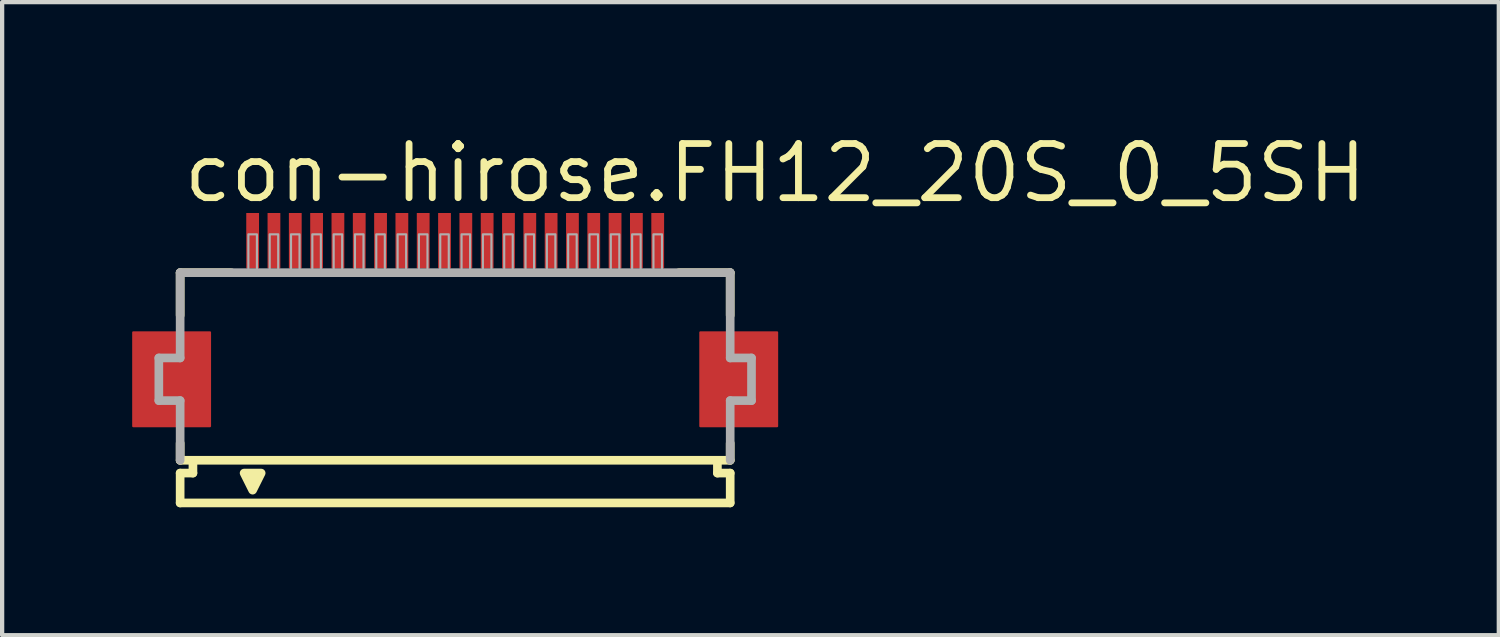
<source format=kicad_pcb>
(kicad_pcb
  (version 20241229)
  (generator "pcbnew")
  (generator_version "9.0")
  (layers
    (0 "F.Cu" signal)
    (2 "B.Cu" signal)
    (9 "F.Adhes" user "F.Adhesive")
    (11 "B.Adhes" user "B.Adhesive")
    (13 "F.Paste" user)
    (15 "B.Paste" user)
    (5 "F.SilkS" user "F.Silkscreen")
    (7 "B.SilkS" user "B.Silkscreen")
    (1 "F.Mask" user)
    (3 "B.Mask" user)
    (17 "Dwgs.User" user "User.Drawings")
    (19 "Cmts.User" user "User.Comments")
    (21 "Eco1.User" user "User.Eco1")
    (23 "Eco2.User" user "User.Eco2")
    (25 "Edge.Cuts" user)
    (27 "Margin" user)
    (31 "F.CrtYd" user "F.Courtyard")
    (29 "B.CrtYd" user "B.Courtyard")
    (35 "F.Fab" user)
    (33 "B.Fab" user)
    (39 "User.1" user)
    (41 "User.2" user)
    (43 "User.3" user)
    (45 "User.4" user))
  (footprint "con-hirose.FH12_20S_0_5SH"
    (layer "F.Cu")
    (at 7.625 5.845)
    (property "Reference" "con-hirose.FH12_20S_0_5SH" (at -6.448 -4.095 0) (layer "F.SilkS") (effects (font (size 1.27 1.27) (thickness 0.16)) (justify left bottom)))
    (attr smd)
    (fp_rect (start -7.55 1.1) (end -5.75 -1.1) (stroke (width 0.05) (type default)) (fill yes) (layer "F.Cu"))
    (fp_rect (start 5.75 1.1) (end 7.55 -1.1) (stroke (width 0.05) (type default)) (fill yes) (layer "F.Cu"))
    (fp_rect (start -7.6 1.175) (end -5.7 -1.175) (stroke (width 0.05) (type default)) (fill yes) (layer "F.Mask"))
    (fp_rect (start -4.95 -2.55) (end -4.55 -3.95) (stroke (width 0.05) (type default)) (fill yes) (layer "F.Mask"))
    (fp_rect (start -4.45 -2.55) (end -4.05 -3.95) (stroke (width 0.05) (type default)) (fill yes) (layer "F.Mask"))
    (fp_rect (start -3.95 -2.55) (end -3.55 -3.95) (stroke (width 0.05) (type default)) (fill yes) (layer "F.Mask"))
    (fp_rect (start -3.45 -2.55) (end -3.05 -3.95) (stroke (width 0.05) (type default)) (fill yes) (layer "F.Mask"))
    (fp_rect (start -2.95 -2.55) (end -2.55 -3.95) (stroke (width 0.05) (type default)) (fill yes) (layer "F.Mask"))
    (fp_rect (start -2.45 -2.55) (end -2.05 -3.95) (stroke (width 0.05) (type default)) (fill yes) (layer "F.Mask"))
    (fp_rect (start -1.95 -2.55) (end -1.55 -3.95) (stroke (width 0.05) (type default)) (fill yes) (layer "F.Mask"))
    (fp_rect (start -1.45 -2.55) (end -1.05 -3.95) (stroke (width 0.05) (type default)) (fill yes) (layer "F.Mask"))
    (fp_rect (start -0.95 -2.55) (end -0.55 -3.95) (stroke (width 0.05) (type default)) (fill yes) (layer "F.Mask"))
    (fp_rect (start -0.45 -2.55) (end -0.05 -3.95) (stroke (width 0.05) (type default)) (fill yes) (layer "F.Mask"))
    (fp_rect (start 0.05 -2.55) (end 0.45 -3.95) (stroke (width 0.05) (type default)) (fill yes) (layer "F.Mask"))
    (fp_rect (start 0.55 -2.55) (end 0.95 -3.95) (stroke (width 0.05) (type default)) (fill yes) (layer "F.Mask"))
    (fp_rect (start 1.05 -2.55) (end 1.45 -3.95) (stroke (width 0.05) (type default)) (fill yes) (layer "F.Mask"))
    (fp_rect (start 1.55 -2.55) (end 1.95 -3.95) (stroke (width 0.05) (type default)) (fill yes) (layer "F.Mask"))
    (fp_rect (start 2.05 -2.55) (end 2.45 -3.95) (stroke (width 0.05) (type default)) (fill yes) (layer "F.Mask"))
    (fp_rect (start 2.55 -2.55) (end 2.95 -3.95) (stroke (width 0.05) (type default)) (fill yes) (layer "F.Mask"))
    (fp_rect (start 3.05 -2.55) (end 3.45 -3.95) (stroke (width 0.05) (type default)) (fill yes) (layer "F.Mask"))
    (fp_rect (start 3.55 -2.55) (end 3.95 -3.95) (stroke (width 0.05) (type default)) (fill yes) (layer "F.Mask"))
    (fp_rect (start 4.05 -2.55) (end 4.45 -3.95) (stroke (width 0.05) (type default)) (fill yes) (layer "F.Mask"))
    (fp_rect (start 4.55 -2.55) (end 4.95 -3.95) (stroke (width 0.05) (type default)) (fill yes) (layer "F.Mask"))
    (fp_rect (start 5.7 1.175) (end 7.6 -1.175) (stroke (width 0.05) (type default)) (fill yes) (layer "F.Mask"))
    (fp_line (start -6.45 -2.5) (end -6.45 -1.5) (stroke (width 0.203) (type default)) (layer "F.SilkS"))
    (fp_line (start -6.45 1.5) (end -6.45 1.9) (stroke (width 0.203) (type default)) (layer "F.SilkS"))
    (fp_line (start -6.45 1.9) (end -6.15 1.9) (stroke (width 0.203) (type default)) (layer "F.SilkS"))
    (fp_line (start -6.45 2.2) (end -6.45 2.9) (stroke (width 0.203) (type default)) (layer "F.SilkS"))
    (fp_line (start -6.15 1.9) (end -6.15 2.2) (stroke (width 0.203) (type default)) (layer "F.SilkS"))
    (fp_line (start -6.15 2.2) (end -6.45 2.2) (stroke (width 0.203) (type default)) (layer "F.SilkS"))
    (fp_line (start -5.25 -2.5) (end -6.45 -2.5) (stroke (width 0.203) (type default)) (layer "F.SilkS"))
    (fp_line (start 6.15 1.9) (end -6.15 1.9) (stroke (width 0.203) (type default)) (layer "F.SilkS"))
    (fp_line (start 6.15 1.9) (end 6.45 1.9) (stroke (width 0.203) (type default)) (layer "F.SilkS"))
    (fp_line (start 6.15 2.2) (end 6.15 1.9) (stroke (width 0.203) (type default)) (layer "F.SilkS"))
    (fp_line (start 6.45 -2.5) (end 5.25 -2.5) (stroke (width 0.203) (type default)) (layer "F.SilkS"))
    (fp_line (start 6.45 -1.5) (end 6.45 -2.5) (stroke (width 0.203) (type default)) (layer "F.SilkS"))
    (fp_line (start 6.45 1.9) (end 6.45 1.5) (stroke (width 0.203) (type default)) (layer "F.SilkS"))
    (fp_line (start 6.45 2.2) (end 6.15 2.2) (stroke (width 0.203) (type default)) (layer "F.SilkS"))
    (fp_line (start 6.45 2.9) (end -6.45 2.9) (stroke (width 0.203) (type default)) (layer "F.SilkS"))
    (fp_line (start 6.45 2.9) (end 6.45 2.2) (stroke (width 0.203) (type default)) (layer "F.SilkS"))
    (fp_poly (pts (xy -4.95 2.2) (xy -4.75 2.6) (xy -4.55 2.2)) (stroke (width 0.203) (type default)) (fill yes) (layer "F.SilkS"))
    (fp_rect (start -7.475 1.025) (end -5.825 -1.025) (stroke (width 0.05) (type default)) (fill yes) (layer "F.Paste"))
    (fp_rect (start -4.875 -2.625) (end -4.625 -3.875) (stroke (width 0.05) (type default)) (fill yes) (layer "F.Paste"))
    (fp_rect (start -4.375 -2.625) (end -4.125 -3.875) (stroke (width 0.05) (type default)) (fill yes) (layer "F.Paste"))
    (fp_rect (start -3.875 -2.625) (end -3.625 -3.875) (stroke (width 0.05) (type default)) (fill yes) (layer "F.Paste"))
    (fp_rect (start -3.375 -2.625) (end -3.125 -3.875) (stroke (width 0.05) (type default)) (fill yes) (layer "F.Paste"))
    (fp_rect (start -2.875 -2.625) (end -2.625 -3.875) (stroke (width 0.05) (type default)) (fill yes) (layer "F.Paste"))
    (fp_rect (start -2.375 -2.625) (end -2.125 -3.875) (stroke (width 0.05) (type default)) (fill yes) (layer "F.Paste"))
    (fp_rect (start -1.875 -2.625) (end -1.625 -3.875) (stroke (width 0.05) (type default)) (fill yes) (layer "F.Paste"))
    (fp_rect (start -1.375 -2.625) (end -1.125 -3.875) (stroke (width 0.05) (type default)) (fill yes) (layer "F.Paste"))
    (fp_rect (start -0.875 -2.625) (end -0.625 -3.875) (stroke (width 0.05) (type default)) (fill yes) (layer "F.Paste"))
    (fp_rect (start -0.375 -2.625) (end -0.125 -3.875) (stroke (width 0.05) (type default)) (fill yes) (layer "F.Paste"))
    (fp_rect (start 0.125 -2.625) (end 0.375 -3.875) (stroke (width 0.05) (type default)) (fill yes) (layer "F.Paste"))
    (fp_rect (start 0.625 -2.625) (end 0.875 -3.875) (stroke (width 0.05) (type default)) (fill yes) (layer "F.Paste"))
    (fp_rect (start 1.125 -2.625) (end 1.375 -3.875) (stroke (width 0.05) (type default)) (fill yes) (layer "F.Paste"))
    (fp_rect (start 1.625 -2.625) (end 1.875 -3.875) (stroke (width 0.05) (type default)) (fill yes) (layer "F.Paste"))
    (fp_rect (start 2.125 -2.625) (end 2.375 -3.875) (stroke (width 0.05) (type default)) (fill yes) (layer "F.Paste"))
    (fp_rect (start 2.625 -2.625) (end 2.875 -3.875) (stroke (width 0.05) (type default)) (fill yes) (layer "F.Paste"))
    (fp_rect (start 3.125 -2.625) (end 3.375 -3.875) (stroke (width 0.05) (type default)) (fill yes) (layer "F.Paste"))
    (fp_rect (start 3.625 -2.625) (end 3.875 -3.875) (stroke (width 0.05) (type default)) (fill yes) (layer "F.Paste"))
    (fp_rect (start 4.125 -2.625) (end 4.375 -3.875) (stroke (width 0.05) (type default)) (fill yes) (layer "F.Paste"))
    (fp_rect (start 4.625 -2.625) (end 4.875 -3.875) (stroke (width 0.05) (type default)) (fill yes) (layer "F.Paste"))
    (fp_rect (start 5.825 1.025) (end 7.475 -1.025) (stroke (width 0.05) (type default)) (fill yes) (layer "F.Paste"))
    (fp_line (start -6.95 -0.5) (end -6.95 0.5) (stroke (width 0.203) (type default)) (layer "F.Fab"))
    (fp_line (start -6.95 0.5) (end -6.45 0.5) (stroke (width 0.203) (type default)) (layer "F.Fab"))
    (fp_line (start -6.45 -2.5) (end -6.45 -0.5) (stroke (width 0.203) (type default)) (layer "F.Fab"))
    (fp_line (start -6.45 -0.5) (end -6.95 -0.5) (stroke (width 0.203) (type default)) (layer "F.Fab"))
    (fp_line (start -6.45 0.5) (end -6.45 1.9) (stroke (width 0.203) (type default)) (layer "F.Fab"))
    (fp_line (start 6.45 -2.5) (end -6.45 -2.5) (stroke (width 0.203) (type default)) (layer "F.Fab"))
    (fp_line (start 6.45 -0.5) (end 6.45 -2.5) (stroke (width 0.203) (type default)) (layer "F.Fab"))
    (fp_line (start 6.45 0.5) (end 6.95 0.5) (stroke (width 0.203) (type default)) (layer "F.Fab"))
    (fp_line (start 6.45 1.9) (end 6.45 0.5) (stroke (width 0.203) (type default)) (layer "F.Fab"))
    (fp_line (start 6.95 -0.5) (end 6.45 -0.5) (stroke (width 0.203) (type default)) (layer "F.Fab"))
    (fp_line (start 6.95 0.5) (end 6.95 -0.5) (stroke (width 0.203) (type default)) (layer "F.Fab"))
    (fp_rect (start -4.85 -2.55) (end -4.65 -3.4) (stroke (width 0.05) (type default)) (fill no) (layer "F.Fab"))
    (fp_rect (start -4.35 -2.55) (end -4.15 -3.4) (stroke (width 0.05) (type default)) (fill no) (layer "F.Fab"))
    (fp_rect (start -3.85 -2.55) (end -3.65 -3.4) (stroke (width 0.05) (type default)) (fill no) (layer "F.Fab"))
    (fp_rect (start -3.35 -2.55) (end -3.15 -3.4) (stroke (width 0.05) (type default)) (fill no) (layer "F.Fab"))
    (fp_rect (start -2.85 -2.55) (end -2.65 -3.4) (stroke (width 0.05) (type default)) (fill no) (layer "F.Fab"))
    (fp_rect (start -2.35 -2.55) (end -2.15 -3.4) (stroke (width 0.05) (type default)) (fill no) (layer "F.Fab"))
    (fp_rect (start -1.85 -2.55) (end -1.65 -3.4) (stroke (width 0.05) (type default)) (fill no) (layer "F.Fab"))
    (fp_rect (start -1.35 -2.55) (end -1.15 -3.4) (stroke (width 0.05) (type default)) (fill no) (layer "F.Fab"))
    (fp_rect (start -0.85 -2.55) (end -0.65 -3.4) (stroke (width 0.05) (type default)) (fill no) (layer "F.Fab"))
    (fp_rect (start -0.35 -2.55) (end -0.15 -3.4) (stroke (width 0.05) (type default)) (fill no) (layer "F.Fab"))
    (fp_rect (start 0.15 -2.55) (end 0.35 -3.4) (stroke (width 0.05) (type default)) (fill no) (layer "F.Fab"))
    (fp_rect (start 0.65 -2.55) (end 0.85 -3.4) (stroke (width 0.05) (type default)) (fill no) (layer "F.Fab"))
    (fp_rect (start 1.15 -2.55) (end 1.35 -3.4) (stroke (width 0.05) (type default)) (fill no) (layer "F.Fab"))
    (fp_rect (start 1.65 -2.55) (end 1.85 -3.4) (stroke (width 0.05) (type default)) (fill no) (layer "F.Fab"))
    (fp_rect (start 2.15 -2.55) (end 2.35 -3.4) (stroke (width 0.05) (type default)) (fill no) (layer "F.Fab"))
    (fp_rect (start 2.65 -2.55) (end 2.85 -3.4) (stroke (width 0.05) (type default)) (fill no) (layer "F.Fab"))
    (fp_rect (start 3.15 -2.55) (end 3.35 -3.4) (stroke (width 0.05) (type default)) (fill no) (layer "F.Fab"))
    (fp_rect (start 3.65 -2.55) (end 3.85 -3.4) (stroke (width 0.05) (type default)) (fill no) (layer "F.Fab"))
    (fp_rect (start 4.15 -2.55) (end 4.35 -3.4) (stroke (width 0.05) (type default)) (fill no) (layer "F.Fab"))
    (fp_rect (start 4.65 -2.55) (end 4.85 -3.4) (stroke (width 0.05) (type default)) (fill no) (layer "F.Fab"))
    (pad "1" smd roundrect (at -4.75 -3.25) (size 0.3 1.3) (layers "F.Cu" "F.Mask" "F.Paste") (roundrect_rratio 0.01))
    (pad "2" smd roundrect (at -4.25 -3.25) (size 0.3 1.3) (layers "F.Cu" "F.Mask" "F.Paste") (roundrect_rratio 0.01))
    (pad "3" smd roundrect (at -3.75 -3.25) (size 0.3 1.3) (layers "F.Cu" "F.Mask" "F.Paste") (roundrect_rratio 0.01))
    (pad "4" smd roundrect (at -3.25 -3.25) (size 0.3 1.3) (layers "F.Cu" "F.Mask" "F.Paste") (roundrect_rratio 0.01))
    (pad "5" smd roundrect (at -2.75 -3.25) (size 0.3 1.3) (layers "F.Cu" "F.Mask" "F.Paste") (roundrect_rratio 0.01))
    (pad "6" smd roundrect (at -2.25 -3.25) (size 0.3 1.3) (layers "F.Cu" "F.Mask" "F.Paste") (roundrect_rratio 0.01))
    (pad "7" smd roundrect (at -1.75 -3.25) (size 0.3 1.3) (layers "F.Cu" "F.Mask" "F.Paste") (roundrect_rratio 0.01))
    (pad "8" smd roundrect (at -1.25 -3.25) (size 0.3 1.3) (layers "F.Cu" "F.Mask" "F.Paste") (roundrect_rratio 0.01))
    (pad "9" smd roundrect (at -0.75 -3.25) (size 0.3 1.3) (layers "F.Cu" "F.Mask" "F.Paste") (roundrect_rratio 0.01))
    (pad "10" smd roundrect (at -0.25 -3.25) (size 0.3 1.3) (layers "F.Cu" "F.Mask" "F.Paste") (roundrect_rratio 0.01))
    (pad "11" smd roundrect (at 0.25 -3.25) (size 0.3 1.3) (layers "F.Cu" "F.Mask" "F.Paste") (roundrect_rratio 0.01))
    (pad "12" smd roundrect (at 0.75 -3.25) (size 0.3 1.3) (layers "F.Cu" "F.Mask" "F.Paste") (roundrect_rratio 0.01))
    (pad "13" smd roundrect (at 1.25 -3.25) (size 0.3 1.3) (layers "F.Cu" "F.Mask" "F.Paste") (roundrect_rratio 0.01))
    (pad "14" smd roundrect (at 1.75 -3.25) (size 0.3 1.3) (layers "F.Cu" "F.Mask" "F.Paste") (roundrect_rratio 0.01))
    (pad "15" smd roundrect (at 2.25 -3.25) (size 0.3 1.3) (layers "F.Cu" "F.Mask" "F.Paste") (roundrect_rratio 0.01))
    (pad "16" smd roundrect (at 2.75 -3.25) (size 0.3 1.3) (layers "F.Cu" "F.Mask" "F.Paste") (roundrect_rratio 0.01))
    (pad "17" smd roundrect (at 3.25 -3.25) (size 0.3 1.3) (layers "F.Cu" "F.Mask" "F.Paste") (roundrect_rratio 0.01))
    (pad "18" smd roundrect (at 3.75 -3.25) (size 0.3 1.3) (layers "F.Cu" "F.Mask" "F.Paste") (roundrect_rratio 0.01))
    (pad "19" smd roundrect (at 4.25 -3.25) (size 0.3 1.3) (layers "F.Cu" "F.Mask" "F.Paste") (roundrect_rratio 0.01))
    (pad "20" smd roundrect (at 4.75 -3.25) (size 0.3 1.3) (layers "F.Cu" "F.Mask" "F.Paste") (roundrect_rratio 0.01)))
  (gr_rect
    (start -3 -3)
    (end 32.101 11.847)
    (stroke (width 0.1) (type default))
    (fill no)
    (layer "Edge.Cuts")))
</source>
